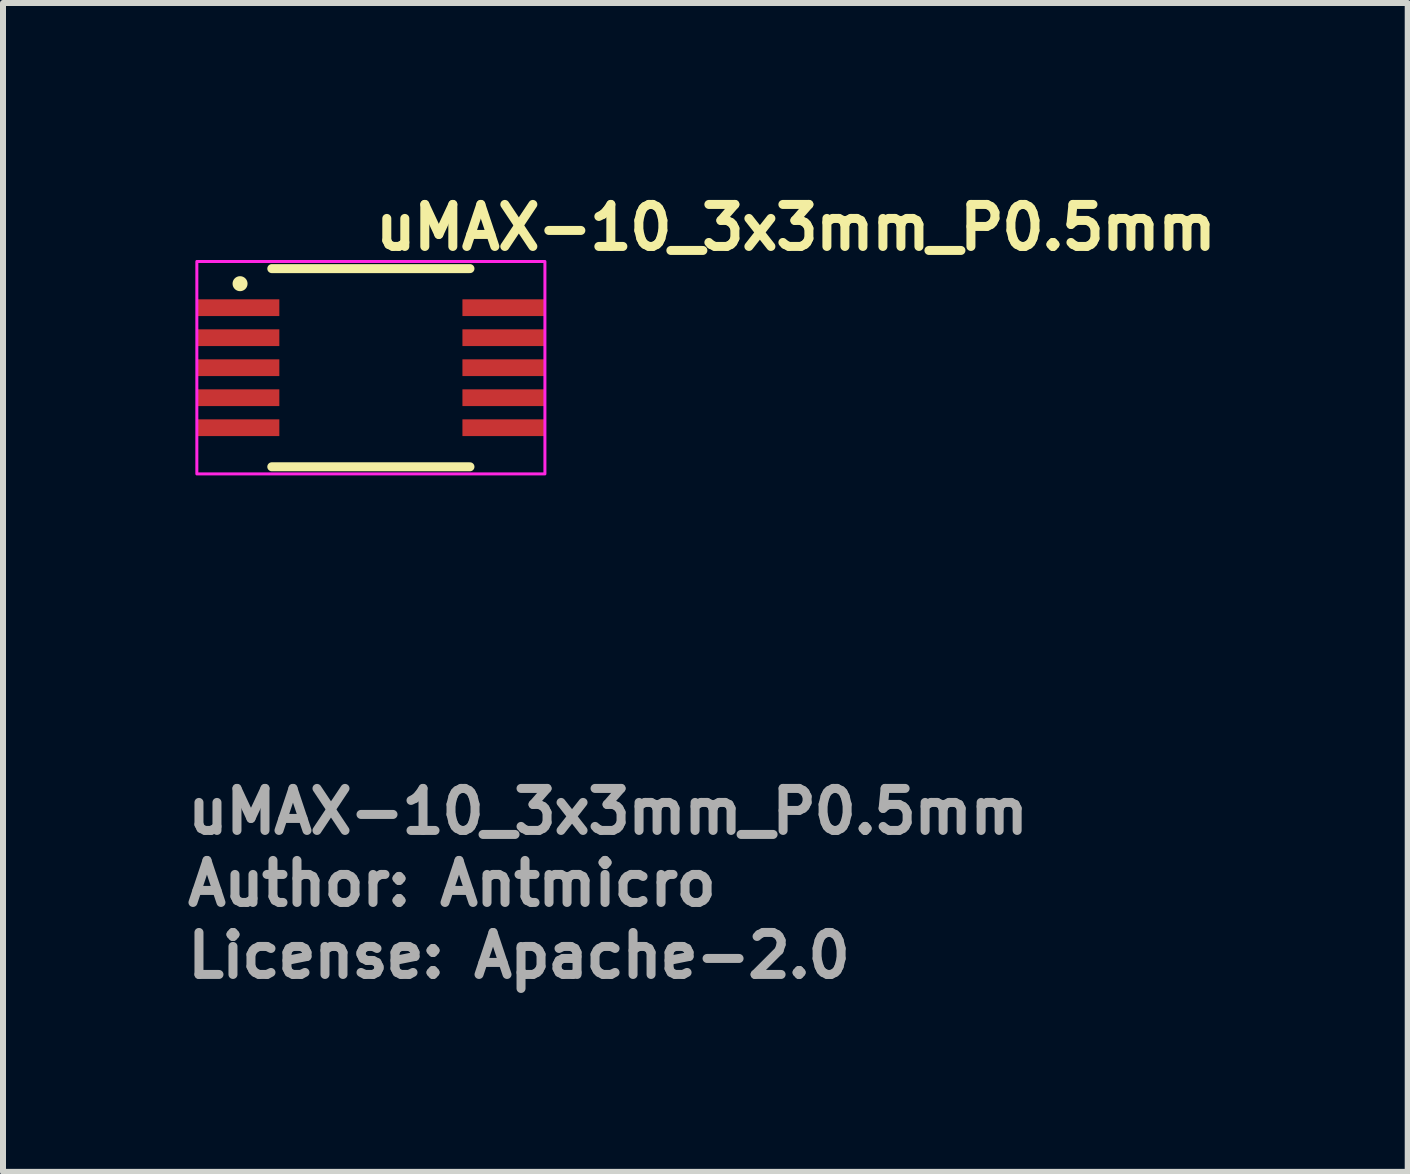
<source format=kicad_pcb>
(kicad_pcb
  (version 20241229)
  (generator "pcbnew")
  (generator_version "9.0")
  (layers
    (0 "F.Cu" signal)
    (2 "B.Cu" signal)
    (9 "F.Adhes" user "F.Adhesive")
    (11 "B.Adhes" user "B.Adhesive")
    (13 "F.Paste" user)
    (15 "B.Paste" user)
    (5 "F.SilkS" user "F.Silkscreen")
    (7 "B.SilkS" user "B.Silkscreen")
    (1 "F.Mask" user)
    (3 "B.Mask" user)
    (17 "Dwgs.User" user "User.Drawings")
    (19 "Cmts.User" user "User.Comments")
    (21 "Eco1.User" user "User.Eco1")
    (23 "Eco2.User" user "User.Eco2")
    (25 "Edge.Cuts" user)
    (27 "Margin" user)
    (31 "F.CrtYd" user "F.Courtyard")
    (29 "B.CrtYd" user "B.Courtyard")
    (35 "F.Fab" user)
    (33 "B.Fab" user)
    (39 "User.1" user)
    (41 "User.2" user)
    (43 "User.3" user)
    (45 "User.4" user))
  (footprint "uMAX-10_3x3mm_P0.5mm"
    (layer "F.Cu")
    (at 3.13 3.077)
    (property "Reference" "uMAX-10_3x3mm_P0.5mm" (at 0 -1.927 0) (unlocked yes) (layer "F.SilkS") (effects (font (size 0.7 0.7) (thickness 0.15)) (justify left bottom)))
    (attr smd)
    (fp_line (start -1.651 -1.651) (end 1.651 -1.651) (stroke (width 0.15) (type solid)) (layer "F.SilkS"))
    (fp_line (start -1.651 1.651) (end 1.651 1.651) (stroke (width 0.15) (type solid)) (layer "F.SilkS"))
    (fp_circle (center -2.18 -1.4) (end -2.13 -1.4) (stroke (width 0.15) (type solid)) (fill yes) (layer "F.SilkS"))
    (fp_rect (start -2.9 -1.77) (end 2.9 1.77) (stroke (width 0.05) (type solid)) (fill no) (layer "F.CrtYd"))
    (fp_rect (start -2.527 -1.524) (end 2.527 1.524) (stroke (width 0.1) (type solid)) (fill no) (layer "User.5"))
    (fp_line (start -2.527 -1.14) (end -2.149 -1.14) (stroke (width 0.02) (type solid)) (layer "User.9"))
    (fp_line (start -2.527 -0.86) (end -2.527 -1.14) (stroke (width 0.02) (type solid)) (layer "User.9"))
    (fp_line (start -2.527 -0.64) (end -2.149 -0.64) (stroke (width 0.02) (type solid)) (layer "User.9"))
    (fp_line (start -2.527 -0.36) (end -2.527 -0.64) (stroke (width 0.02) (type solid)) (layer "User.9"))
    (fp_line (start -2.527 -0.14) (end -2.149 -0.14) (stroke (width 0.02) (type solid)) (layer "User.9"))
    (fp_line (start -2.527 0.14) (end -2.527 -0.14) (stroke (width 0.02) (type solid)) (layer "User.9"))
    (fp_line (start -2.527 0.36) (end -2.149 0.36) (stroke (width 0.02) (type solid)) (layer "User.9"))
    (fp_line (start -2.527 0.64) (end -2.527 0.36) (stroke (width 0.02) (type solid)) (layer "User.9"))
    (fp_line (start -2.527 0.86) (end -2.149 0.86) (stroke (width 0.02) (type solid)) (layer "User.9"))
    (fp_line (start -2.527 1.14) (end -2.527 0.86) (stroke (width 0.02) (type solid)) (layer "User.9"))
    (fp_line (start -2.149 -1.14) (end -2.072 -1.14) (stroke (width 0.02) (type solid)) (layer "User.9"))
    (fp_line (start -2.149 -0.86) (end -2.527 -0.86) (stroke (width 0.02) (type solid)) (layer "User.9"))
    (fp_line (start -2.149 -0.64) (end -2.072 -0.64) (stroke (width 0.02) (type solid)) (layer "User.9"))
    (fp_line (start -2.149 -0.36) (end -2.527 -0.36) (stroke (width 0.02) (type solid)) (layer "User.9"))
    (fp_line (start -2.149 -0.14) (end -2.072 -0.14) (stroke (width 0.02) (type solid)) (layer "User.9"))
    (fp_line (start -2.149 0.14) (end -2.527 0.14) (stroke (width 0.02) (type solid)) (layer "User.9"))
    (fp_line (start -2.149 0.36) (end -2.072 0.36) (stroke (width 0.02) (type solid)) (layer "User.9"))
    (fp_line (start -2.149 0.64) (end -2.527 0.64) (stroke (width 0.02) (type solid)) (layer "User.9"))
    (fp_line (start -2.149 0.86) (end -2.072 0.86) (stroke (width 0.02) (type solid)) (layer "User.9"))
    (fp_line (start -2.149 1.14) (end -2.527 1.14) (stroke (width 0.02) (type solid)) (layer "User.9"))
    (fp_line (start -2.072 -1.14) (end -2.055 -1.14) (stroke (width 0.02) (type solid)) (layer "User.9"))
    (fp_line (start -2.072 -0.86) (end -2.149 -0.86) (stroke (width 0.02) (type solid)) (layer "User.9"))
    (fp_line (start -2.072 -0.64) (end -2.055 -0.64) (stroke (width 0.02) (type solid)) (layer "User.9"))
    (fp_line (start -2.072 -0.36) (end -2.149 -0.36) (stroke (width 0.02) (type solid)) (layer "User.9"))
    (fp_line (start -2.072 -0.14) (end -2.055 -0.14) (stroke (width 0.02) (type solid)) (layer "User.9"))
    (fp_line (start -2.072 0.14) (end -2.149 0.14) (stroke (width 0.02) (type solid)) (layer "User.9"))
    (fp_line (start -2.072 0.36) (end -2.055 0.36) (stroke (width 0.02) (type solid)) (layer "User.9"))
    (fp_line (start -2.072 0.64) (end -2.149 0.64) (stroke (width 0.02) (type solid)) (layer "User.9"))
    (fp_line (start -2.072 0.86) (end -2.055 0.86) (stroke (width 0.02) (type solid)) (layer "User.9"))
    (fp_line (start -2.072 1.14) (end -2.149 1.14) (stroke (width 0.02) (type solid)) (layer "User.9"))
    (fp_line (start -2.056 -0.86) (end -2.073 -0.86) (stroke (width 0.02) (type solid)) (layer "User.9"))
    (fp_line (start -2.056 -0.36) (end -2.073 -0.36) (stroke (width 0.02) (type solid)) (layer "User.9"))
    (fp_line (start -2.056 0.14) (end -2.073 0.14) (stroke (width 0.02) (type solid)) (layer "User.9"))
    (fp_line (start -2.056 0.64) (end -2.073 0.64) (stroke (width 0.02) (type solid)) (layer "User.9"))
    (fp_line (start -2.056 1.14) (end -2.073 1.14) (stroke (width 0.02) (type solid)) (layer "User.9"))
    (fp_line (start -2.055 -1.14) (end -1.902 -1.14) (stroke (width 0.02) (type solid)) (layer "User.9"))
    (fp_line (start -2.055 -0.64) (end -1.902 -0.64) (stroke (width 0.02) (type solid)) (layer "User.9"))
    (fp_line (start -2.055 -0.14) (end -1.902 -0.14) (stroke (width 0.02) (type solid)) (layer "User.9"))
    (fp_line (start -2.055 0.36) (end -1.902 0.36) (stroke (width 0.02) (type solid)) (layer "User.9"))
    (fp_line (start -2.055 0.86) (end -1.902 0.86) (stroke (width 0.02) (type solid)) (layer "User.9"))
    (fp_line (start -1.902 -1.14) (end -1.524 -1.14) (stroke (width 0.02) (type solid)) (layer "User.9"))
    (fp_line (start -1.902 -0.86) (end -2.055 -0.86) (stroke (width 0.02) (type solid)) (layer "User.9"))
    (fp_line (start -1.902 -0.64) (end -1.524 -0.64) (stroke (width 0.02) (type solid)) (layer "User.9"))
    (fp_line (start -1.902 -0.36) (end -2.055 -0.36) (stroke (width 0.02) (type solid)) (layer "User.9"))
    (fp_line (start -1.902 -0.14) (end -1.524 -0.14) (stroke (width 0.02) (type solid)) (layer "User.9"))
    (fp_line (start -1.902 0.14) (end -2.055 0.14) (stroke (width 0.02) (type solid)) (layer "User.9"))
    (fp_line (start -1.902 0.36) (end -1.524 0.36) (stroke (width 0.02) (type solid)) (layer "User.9"))
    (fp_line (start -1.902 0.64) (end -2.055 0.64) (stroke (width 0.02) (type solid)) (layer "User.9"))
    (fp_line (start -1.902 0.86) (end -1.524 0.86) (stroke (width 0.02) (type solid)) (layer "User.9"))
    (fp_line (start -1.902 1.14) (end -2.055 1.14) (stroke (width 0.02) (type solid)) (layer "User.9"))
    (fp_line (start -1.524 -1.524) (end -1.524 1.524) (stroke (width 0.02) (type solid)) (layer "User.9"))
    (fp_line (start -1.524 -0.86) (end -1.902 -0.86) (stroke (width 0.02) (type solid)) (layer "User.9"))
    (fp_line (start -1.524 -0.36) (end -1.902 -0.36) (stroke (width 0.02) (type solid)) (layer "User.9"))
    (fp_line (start -1.524 0.14) (end -1.902 0.14) (stroke (width 0.02) (type solid)) (layer "User.9"))
    (fp_line (start -1.524 0.64) (end -1.902 0.64) (stroke (width 0.02) (type solid)) (layer "User.9"))
    (fp_line (start -1.524 1.14) (end -1.902 1.14) (stroke (width 0.02) (type solid)) (layer "User.9"))
    (fp_line (start -1.524 1.524) (end 1.524 1.524) (stroke (width 0.02) (type solid)) (layer "User.9"))
    (fp_line (start -1.118 -1.008) (end -1.118 -1.004) (stroke (width 0.02) (type solid)) (layer "User.9"))
    (fp_line (start -1.118 -1.004) (end -1.118 -1) (stroke (width 0.02) (type solid)) (layer "User.9"))
    (fp_line (start -1.118 -1) (end -1.118 -1) (stroke (width 0.02) (type solid)) (layer "User.9"))
    (fp_line (start -1.118 -1) (end -1.118 -0.996) (stroke (width 0.02) (type solid)) (layer "User.9"))
    (fp_line (start -1.118 -0.996) (end -1.118 -0.992) (stroke (width 0.02) (type solid)) (layer "User.9"))
    (fp_line (start -1.118 -0.992) (end -1.117 -0.988) (stroke (width 0.02) (type solid)) (layer "User.9"))
    (fp_line (start -1.117 -1.015) (end -1.117 -1.012) (stroke (width 0.02) (type solid)) (layer "User.9"))
    (fp_line (start -1.117 -1.012) (end -1.118 -1.008) (stroke (width 0.02) (type solid)) (layer "User.9"))
    (fp_line (start -1.117 -0.988) (end -1.117 -0.985) (stroke (width 0.02) (type solid)) (layer "User.9"))
    (fp_line (start -1.117 -0.985) (end -1.116 -0.981) (stroke (width 0.02) (type solid)) (layer "User.9"))
    (fp_line (start -1.116 -1.019) (end -1.117 -1.015) (stroke (width 0.02) (type solid)) (layer "User.9"))
    (fp_line (start -1.116 -0.981) (end -1.115 -0.977) (stroke (width 0.02) (type solid)) (layer "User.9"))
    (fp_line (start -1.115 -1.023) (end -1.116 -1.019) (stroke (width 0.02) (type solid)) (layer "User.9"))
    (fp_line (start -1.115 -0.977) (end -1.114 -0.974) (stroke (width 0.02) (type solid)) (layer "User.9"))
    (fp_line (start -1.114 -1.026) (end -1.115 -1.023) (stroke (width 0.02) (type solid)) (layer "User.9"))
    (fp_line (start -1.114 -0.974) (end -1.112 -0.97) (stroke (width 0.02) (type solid)) (layer "User.9"))
    (fp_line (start -1.112 -1.03) (end -1.114 -1.026) (stroke (width 0.02) (type solid)) (layer "User.9"))
    (fp_line (start -1.112 -0.97) (end -1.111 -0.967) (stroke (width 0.02) (type solid)) (layer "User.9"))
    (fp_line (start -1.111 -1.033) (end -1.112 -1.03) (stroke (width 0.02) (type solid)) (layer "User.9"))
    (fp_line (start -1.111 -0.967) (end -1.109 -0.964) (stroke (width 0.02) (type solid)) (layer "User.9"))
    (fp_line (start -1.109 -1.036) (end -1.111 -1.033) (stroke (width 0.02) (type solid)) (layer "User.9"))
    (fp_line (start -1.109 -0.964) (end -1.107 -0.96) (stroke (width 0.02) (type solid)) (layer "User.9"))
    (fp_line (start -1.107 -1.04) (end -1.109 -1.036) (stroke (width 0.02) (type solid)) (layer "User.9"))
    (fp_line (start -1.107 -0.96) (end -1.105 -0.957) (stroke (width 0.02) (type solid)) (layer "User.9"))
    (fp_line (start -1.105 -1.043) (end -1.107 -1.04) (stroke (width 0.02) (type solid)) (layer "User.9"))
    (fp_line (start -1.105 -0.957) (end -1.103 -0.954) (stroke (width 0.02) (type solid)) (layer "User.9"))
    (fp_line (start -1.103 -1.046) (end -1.105 -1.043) (stroke (width 0.02) (type solid)) (layer "User.9"))
    (fp_line (start -1.103 -0.954) (end -1.101 -0.952) (stroke (width 0.02) (type solid)) (layer "User.9"))
    (fp_line (start -1.101 -1.048) (end -1.103 -1.046) (stroke (width 0.02) (type solid)) (layer "User.9"))
    (fp_line (start -1.101 -0.952) (end -1.098 -0.949) (stroke (width 0.02) (type solid)) (layer "User.9"))
    (fp_line (start -1.098 -1.051) (end -1.101 -1.048) (stroke (width 0.02) (type solid)) (layer "User.9"))
    (fp_line (start -1.098 -0.949) (end -1.096 -0.946) (stroke (width 0.02) (type solid)) (layer "User.9"))
    (fp_line (start -1.096 -1.054) (end -1.098 -1.051) (stroke (width 0.02) (type solid)) (layer "User.9"))
    (fp_line (start -1.096 -0.946) (end -1.093 -0.944) (stroke (width 0.02) (type solid)) (layer "User.9"))
    (fp_line (start -1.093 -1.056) (end -1.096 -1.054) (stroke (width 0.02) (type solid)) (layer "User.9"))
    (fp_line (start -1.093 -0.944) (end -1.09 -0.941) (stroke (width 0.02) (type solid)) (layer "User.9"))
    (fp_line (start -1.09 -1.059) (end -1.093 -1.056) (stroke (width 0.02) (type solid)) (layer "User.9"))
    (fp_line (start -1.09 -0.941) (end -1.088 -0.939) (stroke (width 0.02) (type solid)) (layer "User.9"))
    (fp_line (start -1.088 -1.061) (end -1.09 -1.059) (stroke (width 0.02) (type solid)) (layer "User.9"))
    (fp_line (start -1.088 -0.939) (end -1.085 -0.937) (stroke (width 0.02) (type solid)) (layer "User.9"))
    (fp_line (start -1.085 -1.063) (end -1.088 -1.061) (stroke (width 0.02) (type solid)) (layer "User.9"))
    (fp_line (start -1.085 -0.937) (end -1.082 -0.935) (stroke (width 0.02) (type solid)) (layer "User.9"))
    (fp_line (start -1.082 -1.065) (end -1.085 -1.063) (stroke (width 0.02) (type solid)) (layer "User.9"))
    (fp_line (start -1.082 -0.935) (end -1.078 -0.933) (stroke (width 0.02) (type solid)) (layer "User.9"))
    (fp_line (start -1.078 -1.067) (end -1.082 -1.065) (stroke (width 0.02) (type solid)) (layer "User.9"))
    (fp_line (start -1.078 -0.933) (end -1.075 -0.931) (stroke (width 0.02) (type solid)) (layer "User.9"))
    (fp_line (start -1.075 -1.069) (end -1.078 -1.067) (stroke (width 0.02) (type solid)) (layer "User.9"))
    (fp_line (start -1.075 -0.931) (end -1.072 -0.93) (stroke (width 0.02) (type solid)) (layer "User.9"))
    (fp_line (start -1.072 -1.07) (end -1.075 -1.069) (stroke (width 0.02) (type solid)) (layer "User.9"))
    (fp_line (start -1.072 -0.93) (end -1.068 -0.928) (stroke (width 0.02) (type solid)) (layer "User.9"))
    (fp_line (start -1.068 -1.072) (end -1.072 -1.07) (stroke (width 0.02) (type solid)) (layer "User.9"))
    (fp_line (start -1.068 -0.928) (end -1.065 -0.927) (stroke (width 0.02) (type solid)) (layer "User.9"))
    (fp_line (start -1.065 -1.073) (end -1.068 -1.072) (stroke (width 0.02) (type solid)) (layer "User.9"))
    (fp_line (start -1.065 -0.927) (end -1.061 -0.926) (stroke (width 0.02) (type solid)) (layer "User.9"))
    (fp_line (start -1.061 -1.074) (end -1.065 -1.073) (stroke (width 0.02) (type solid)) (layer "User.9"))
    (fp_line (start -1.061 -0.926) (end -1.057 -0.925) (stroke (width 0.02) (type solid)) (layer "User.9"))
    (fp_line (start -1.057 -1.075) (end -1.061 -1.074) (stroke (width 0.02) (type solid)) (layer "User.9"))
    (fp_line (start -1.057 -0.925) (end -1.054 -0.925) (stroke (width 0.02) (type solid)) (layer "User.9"))
    (fp_line (start -1.054 -1.075) (end -1.057 -1.075) (stroke (width 0.02) (type solid)) (layer "User.9"))
    (fp_line (start -1.054 -0.925) (end -1.05 -0.924) (stroke (width 0.02) (type solid)) (layer "User.9"))
    (fp_line (start -1.05 -1.076) (end -1.054 -1.075) (stroke (width 0.02) (type solid)) (layer "User.9"))
    (fp_line (start -1.05 -0.924) (end -1.046 -0.924) (stroke (width 0.02) (type solid)) (layer "User.9"))
    (fp_line (start -1.046 -1.076) (end -1.05 -1.076) (stroke (width 0.02) (type solid)) (layer "User.9"))
    (fp_line (start -1.046 -0.924) (end -1.042 -0.924) (stroke (width 0.02) (type solid)) (layer "User.9"))
    (fp_line (start -1.042 -1.076) (end -1.046 -1.076) (stroke (width 0.02) (type solid)) (layer "User.9"))
    (fp_line (start -1.042 -1.076) (end -1.042 -1.076) (stroke (width 0.02) (type solid)) (layer "User.9"))
    (fp_line (start -1.042 -0.924) (end -1.042 -0.924) (stroke (width 0.02) (type solid)) (layer "User.9"))
    (fp_line (start -1.042 -0.924) (end -1.038 -0.924) (stroke (width 0.02) (type solid)) (layer "User.9"))
    (fp_line (start -1.038 -1.076) (end -1.042 -1.076) (stroke (width 0.02) (type solid)) (layer "User.9"))
    (fp_line (start -1.038 -0.924) (end -1.034 -0.924) (stroke (width 0.02) (type solid)) (layer "User.9"))
    (fp_line (start -1.034 -1.076) (end -1.038 -1.076) (stroke (width 0.02) (type solid)) (layer "User.9"))
    (fp_line (start -1.034 -0.924) (end -1.03 -0.925) (stroke (width 0.02) (type solid)) (layer "User.9"))
    (fp_line (start -1.03 -1.075) (end -1.034 -1.076) (stroke (width 0.02) (type solid)) (layer "User.9"))
    (fp_line (start -1.03 -0.925) (end -1.027 -0.925) (stroke (width 0.02) (type solid)) (layer "User.9"))
    (fp_line (start -1.027 -1.075) (end -1.03 -1.075) (stroke (width 0.02) (type solid)) (layer "User.9"))
    (fp_line (start -1.027 -0.925) (end -1.023 -0.926) (stroke (width 0.02) (type solid)) (layer "User.9"))
    (fp_line (start -1.023 -1.074) (end -1.027 -1.075) (stroke (width 0.02) (type solid)) (layer "User.9"))
    (fp_line (start -1.023 -0.926) (end -1.019 -0.927) (stroke (width 0.02) (type solid)) (layer "User.9"))
    (fp_line (start -1.019 -1.073) (end -1.023 -1.074) (stroke (width 0.02) (type solid)) (layer "User.9"))
    (fp_line (start -1.019 -0.927) (end -1.016 -0.928) (stroke (width 0.02) (type solid)) (layer "User.9"))
    (fp_line (start -1.016 -1.072) (end -1.019 -1.073) (stroke (width 0.02) (type solid)) (layer "User.9"))
    (fp_line (start -1.016 -0.928) (end -1.012 -0.93) (stroke (width 0.02) (type solid)) (layer "User.9"))
    (fp_line (start -1.012 -1.07) (end -1.016 -1.072) (stroke (width 0.02) (type solid)) (layer "User.9"))
    (fp_line (start -1.012 -0.93) (end -1.009 -0.931) (stroke (width 0.02) (type solid)) (layer "User.9"))
    (fp_line (start -1.009 -1.069) (end -1.012 -1.07) (stroke (width 0.02) (type solid)) (layer "User.9"))
    (fp_line (start -1.009 -0.931) (end -1.006 -0.933) (stroke (width 0.02) (type solid)) (layer "User.9"))
    (fp_line (start -1.006 -1.067) (end -1.009 -1.069) (stroke (width 0.02) (type solid)) (layer "User.9"))
    (fp_line (start -1.006 -0.933) (end -1.002 -0.935) (stroke (width 0.02) (type solid)) (layer "User.9"))
    (fp_line (start -1.002 -1.065) (end -1.006 -1.067) (stroke (width 0.02) (type solid)) (layer "User.9"))
    (fp_line (start -1.002 -0.935) (end -0.999 -0.937) (stroke (width 0.02) (type solid)) (layer "User.9"))
    (fp_line (start -0.999 -1.063) (end -1.002 -1.065) (stroke (width 0.02) (type solid)) (layer "User.9"))
    (fp_line (start -0.999 -0.937) (end -0.996 -0.939) (stroke (width 0.02) (type solid)) (layer "User.9"))
    (fp_line (start -0.996 -1.061) (end -0.999 -1.063) (stroke (width 0.02) (type solid)) (layer "User.9"))
    (fp_line (start -0.996 -0.939) (end -0.994 -0.941) (stroke (width 0.02) (type solid)) (layer "User.9"))
    (fp_line (start -0.994 -1.059) (end -0.996 -1.061) (stroke (width 0.02) (type solid)) (layer "User.9"))
    (fp_line (start -0.994 -0.941) (end -0.991 -0.944) (stroke (width 0.02) (type solid)) (layer "User.9"))
    (fp_line (start -0.991 -1.056) (end -0.994 -1.059) (stroke (width 0.02) (type solid)) (layer "User.9"))
    (fp_line (start -0.991 -0.944) (end -0.988 -0.946) (stroke (width 0.02) (type solid)) (layer "User.9"))
    (fp_line (start -0.988 -1.054) (end -0.991 -1.056) (stroke (width 0.02) (type solid)) (layer "User.9"))
    (fp_line (start -0.988 -0.946) (end -0.986 -0.949) (stroke (width 0.02) (type solid)) (layer "User.9"))
    (fp_line (start -0.986 -1.051) (end -0.988 -1.054) (stroke (width 0.02) (type solid)) (layer "User.9"))
    (fp_line (start -0.986 -0.949) (end -0.983 -0.952) (stroke (width 0.02) (type solid)) (layer "User.9"))
    (fp_line (start -0.983 -1.048) (end -0.986 -1.051) (stroke (width 0.02) (type solid)) (layer "User.9"))
    (fp_line (start -0.983 -0.952) (end -0.981 -0.954) (stroke (width 0.02) (type solid)) (layer "User.9"))
    (fp_line (start -0.981 -1.046) (end -0.983 -1.048) (stroke (width 0.02) (type solid)) (layer "User.9"))
    (fp_line (start -0.981 -0.954) (end -0.979 -0.957) (stroke (width 0.02) (type solid)) (layer "User.9"))
    (fp_line (start -0.979 -1.043) (end -0.981 -1.046) (stroke (width 0.02) (type solid)) (layer "User.9"))
    (fp_line (start -0.979 -0.957) (end -0.977 -0.96) (stroke (width 0.02) (type solid)) (layer "User.9"))
    (fp_line (start -0.977 -1.04) (end -0.979 -1.043) (stroke (width 0.02) (type solid)) (layer "User.9"))
    (fp_line (start -0.977 -0.96) (end -0.975 -0.964) (stroke (width 0.02) (type solid)) (layer "User.9"))
    (fp_line (start -0.975 -1.036) (end -0.977 -1.04) (stroke (width 0.02) (type solid)) (layer "User.9"))
    (fp_line (start -0.975 -0.964) (end -0.973 -0.967) (stroke (width 0.02) (type solid)) (layer "User.9"))
    (fp_line (start -0.973 -1.033) (end -0.975 -1.036) (stroke (width 0.02) (type solid)) (layer "User.9"))
    (fp_line (start -0.973 -0.967) (end -0.972 -0.97) (stroke (width 0.02) (type solid)) (layer "User.9"))
    (fp_line (start -0.972 -1.03) (end -0.973 -1.033) (stroke (width 0.02) (type solid)) (layer "User.9"))
    (fp_line (start -0.972 -0.97) (end -0.97 -0.974) (stroke (width 0.02) (type solid)) (layer "User.9"))
    (fp_line (start -0.97 -1.026) (end -0.972 -1.03) (stroke (width 0.02) (type solid)) (layer "User.9"))
    (fp_line (start -0.97 -0.974) (end -0.969 -0.977) (stroke (width 0.02) (type solid)) (layer "User.9"))
    (fp_line (start -0.969 -1.023) (end -0.97 -1.026) (stroke (width 0.02) (type solid)) (layer "User.9"))
    (fp_line (start -0.969 -0.977) (end -0.968 -0.981) (stroke (width 0.02) (type solid)) (layer "User.9"))
    (fp_line (start -0.968 -1.019) (end -0.969 -1.023) (stroke (width 0.02) (type solid)) (layer "User.9"))
    (fp_line (start -0.968 -0.981) (end -0.967 -0.985) (stroke (width 0.02) (type solid)) (layer "User.9"))
    (fp_line (start -0.967 -1.015) (end -0.968 -1.019) (stroke (width 0.02) (type solid)) (layer "User.9"))
    (fp_line (start -0.967 -1.012) (end -0.967 -1.015) (stroke (width 0.02) (type solid)) (layer "User.9"))
    (fp_line (start -0.967 -0.988) (end -0.966 -0.992) (stroke (width 0.02) (type solid)) (layer "User.9"))
    (fp_line (start -0.967 -0.985) (end -0.967 -0.988) (stroke (width 0.02) (type solid)) (layer "User.9"))
    (fp_line (start -0.966 -1.008) (end -0.967 -1.012) (stroke (width 0.02) (type solid)) (layer "User.9"))
    (fp_line (start -0.966 -1.004) (end -0.966 -1.008) (stroke (width 0.02) (type solid)) (layer "User.9"))
    (fp_line (start -0.966 -1) (end -0.966 -1.004) (stroke (width 0.02) (type solid)) (layer "User.9"))
    (fp_line (start -0.966 -1) (end -0.966 -1) (stroke (width 0.02) (type solid)) (layer "User.9"))
    (fp_line (start -0.966 -1) (end -0.966 -1) (stroke (width 0.02) (type solid)) (layer "User.9"))
    (fp_line (start -0.966 -0.996) (end -0.966 -1) (stroke (width 0.02) (type solid)) (layer "User.9"))
    (fp_line (start -0.966 -0.992) (end -0.966 -0.996) (stroke (width 0.02) (type solid)) (layer "User.9"))
    (fp_line (start 1.524 -1.524) (end -1.524 -1.524) (stroke (width 0.02) (type solid)) (layer "User.9"))
    (fp_line (start 1.524 -1.14) (end 1.902 -1.14) (stroke (width 0.02) (type solid)) (layer "User.9"))
    (fp_line (start 1.524 -0.64) (end 1.902 -0.64) (stroke (width 0.02) (type solid)) (layer "User.9"))
    (fp_line (start 1.524 -0.14) (end 1.902 -0.14) (stroke (width 0.02) (type solid)) (layer "User.9"))
    (fp_line (start 1.524 0.36) (end 1.902 0.36) (stroke (width 0.02) (type solid)) (layer "User.9"))
    (fp_line (start 1.524 0.86) (end 1.902 0.86) (stroke (width 0.02) (type solid)) (layer "User.9"))
    (fp_line (start 1.524 1.524) (end 1.524 -1.524) (stroke (width 0.02) (type solid)) (layer "User.9"))
    (fp_line (start 1.902 -1.14) (end 2.055 -1.14) (stroke (width 0.02) (type solid)) (layer "User.9"))
    (fp_line (start 1.902 -0.86) (end 1.524 -0.86) (stroke (width 0.02) (type solid)) (layer "User.9"))
    (fp_line (start 1.902 -0.64) (end 2.055 -0.64) (stroke (width 0.02) (type solid)) (layer "User.9"))
    (fp_line (start 1.902 -0.36) (end 1.524 -0.36) (stroke (width 0.02) (type solid)) (layer "User.9"))
    (fp_line (start 1.902 -0.14) (end 2.055 -0.14) (stroke (width 0.02) (type solid)) (layer "User.9"))
    (fp_line (start 1.902 0.14) (end 1.524 0.14) (stroke (width 0.02) (type solid)) (layer "User.9"))
    (fp_line (start 1.902 0.36) (end 2.055 0.36) (stroke (width 0.02) (type solid)) (layer "User.9"))
    (fp_line (start 1.902 0.64) (end 1.524 0.64) (stroke (width 0.02) (type solid)) (layer "User.9"))
    (fp_line (start 1.902 0.86) (end 2.055 0.86) (stroke (width 0.02) (type solid)) (layer "User.9"))
    (fp_line (start 1.902 1.14) (end 1.524 1.14) (stroke (width 0.02) (type solid)) (layer "User.9"))
    (fp_line (start 2.055 -0.86) (end 1.902 -0.86) (stroke (width 0.02) (type solid)) (layer "User.9"))
    (fp_line (start 2.055 -0.36) (end 1.902 -0.36) (stroke (width 0.02) (type solid)) (layer "User.9"))
    (fp_line (start 2.055 0.14) (end 1.902 0.14) (stroke (width 0.02) (type solid)) (layer "User.9"))
    (fp_line (start 2.055 0.64) (end 1.902 0.64) (stroke (width 0.02) (type solid)) (layer "User.9"))
    (fp_line (start 2.055 1.14) (end 1.902 1.14) (stroke (width 0.02) (type solid)) (layer "User.9"))
    (fp_line (start 2.056 -1.14) (end 2.073 -1.14) (stroke (width 0.02) (type solid)) (layer "User.9"))
    (fp_line (start 2.056 -0.64) (end 2.073 -0.64) (stroke (width 0.02) (type solid)) (layer "User.9"))
    (fp_line (start 2.056 -0.14) (end 2.073 -0.14) (stroke (width 0.02) (type solid)) (layer "User.9"))
    (fp_line (start 2.056 0.36) (end 2.073 0.36) (stroke (width 0.02) (type solid)) (layer "User.9"))
    (fp_line (start 2.056 0.86) (end 2.073 0.86) (stroke (width 0.02) (type solid)) (layer "User.9"))
    (fp_line (start 2.072 -1.14) (end 2.149 -1.14) (stroke (width 0.02) (type solid)) (layer "User.9"))
    (fp_line (start 2.072 -0.86) (end 2.055 -0.86) (stroke (width 0.02) (type solid)) (layer "User.9"))
    (fp_line (start 2.072 -0.64) (end 2.149 -0.64) (stroke (width 0.02) (type solid)) (layer "User.9"))
    (fp_line (start 2.072 -0.36) (end 2.055 -0.36) (stroke (width 0.02) (type solid)) (layer "User.9"))
    (fp_line (start 2.072 -0.14) (end 2.149 -0.14) (stroke (width 0.02) (type solid)) (layer "User.9"))
    (fp_line (start 2.072 0.14) (end 2.055 0.14) (stroke (width 0.02) (type solid)) (layer "User.9"))
    (fp_line (start 2.072 0.36) (end 2.149 0.36) (stroke (width 0.02) (type solid)) (layer "User.9"))
    (fp_line (start 2.072 0.64) (end 2.055 0.64) (stroke (width 0.02) (type solid)) (layer "User.9"))
    (fp_line (start 2.072 0.86) (end 2.149 0.86) (stroke (width 0.02) (type solid)) (layer "User.9"))
    (fp_line (start 2.072 1.14) (end 2.055 1.14) (stroke (width 0.02) (type solid)) (layer "User.9"))
    (fp_line (start 2.149 -1.14) (end 2.527 -1.14) (stroke (width 0.02) (type solid)) (layer "User.9"))
    (fp_line (start 2.149 -0.86) (end 2.072 -0.86) (stroke (width 0.02) (type solid)) (layer "User.9"))
    (fp_line (start 2.149 -0.64) (end 2.527 -0.64) (stroke (width 0.02) (type solid)) (layer "User.9"))
    (fp_line (start 2.149 -0.36) (end 2.072 -0.36) (stroke (width 0.02) (type solid)) (layer "User.9"))
    (fp_line (start 2.149 -0.14) (end 2.527 -0.14) (stroke (width 0.02) (type solid)) (layer "User.9"))
    (fp_line (start 2.149 0.14) (end 2.072 0.14) (stroke (width 0.02) (type solid)) (layer "User.9"))
    (fp_line (start 2.149 0.36) (end 2.527 0.36) (stroke (width 0.02) (type solid)) (layer "User.9"))
    (fp_line (start 2.149 0.64) (end 2.072 0.64) (stroke (width 0.02) (type solid)) (layer "User.9"))
    (fp_line (start 2.149 0.86) (end 2.527 0.86) (stroke (width 0.02) (type solid)) (layer "User.9"))
    (fp_line (start 2.149 1.14) (end 2.072 1.14) (stroke (width 0.02) (type solid)) (layer "User.9"))
    (fp_line (start 2.527 -1.14) (end 2.527 -0.86) (stroke (width 0.02) (type solid)) (layer "User.9"))
    (fp_line (start 2.527 -0.86) (end 2.149 -0.86) (stroke (width 0.02) (type solid)) (layer "User.9"))
    (fp_line (start 2.527 -0.64) (end 2.527 -0.36) (stroke (width 0.02) (type solid)) (layer "User.9"))
    (fp_line (start 2.527 -0.36) (end 2.149 -0.36) (stroke (width 0.02) (type solid)) (layer "User.9"))
    (fp_line (start 2.527 -0.14) (end 2.527 0.14) (stroke (width 0.02) (type solid)) (layer "User.9"))
    (fp_line (start 2.527 0.14) (end 2.149 0.14) (stroke (width 0.02) (type solid)) (layer "User.9"))
    (fp_line (start 2.527 0.36) (end 2.527 0.64) (stroke (width 0.02) (type solid)) (layer "User.9"))
    (fp_line (start 2.527 0.64) (end 2.149 0.64) (stroke (width 0.02) (type solid)) (layer "User.9"))
    (fp_line (start 2.527 0.86) (end 2.527 1.14) (stroke (width 0.02) (type solid)) (layer "User.9"))
    (fp_line (start 2.527 1.14) (end 2.149 1.14) (stroke (width 0.02) (type solid)) (layer "User.9"))
    (fp_text user "License: Apache-2.0" (at -3.13 10.204 0) (layer "F.Fab") (effects (font (size 0.7 0.7) (thickness 0.15)) (justify left bottom)))
    (fp_text user "Author: Antmicro" (at -3.13 9.004 0) (layer "F.Fab") (effects (font (size 0.7 0.7) (thickness 0.15)) (justify left bottom)))
    (fp_text user "${REFERENCE}" (at -3.13 7.804 0) (layer "F.Fab") (effects (font (size 0.7 0.7) (thickness 0.15)) (justify left bottom)))
    (pad "1" smd rect (at -2.205 -1) (size 1.359 0.279) (layers "F.Cu" "F.Mask" "F.Paste"))
    (pad "2" smd rect (at -2.205 -0.5) (size 1.359 0.279) (layers "F.Cu" "F.Mask" "F.Paste"))
    (pad "3" smd rect (at -2.205 0) (size 1.359 0.279) (layers "F.Cu" "F.Mask" "F.Paste"))
    (pad "4" smd rect (at -2.205 0.5) (size 1.359 0.279) (layers "F.Cu" "F.Mask" "F.Paste"))
    (pad "5" smd rect (at -2.205 1) (size 1.359 0.279) (layers "F.Cu" "F.Mask" "F.Paste"))
    (pad "6" smd rect (at 2.205 1) (size 1.359 0.279) (layers "F.Cu" "F.Mask" "F.Paste"))
    (pad "7" smd rect (at 2.205 0.5) (size 1.359 0.279) (layers "F.Cu" "F.Mask" "F.Paste"))
    (pad "8" smd rect (at 2.205 0) (size 1.359 0.279) (layers "F.Cu" "F.Mask" "F.Paste"))
    (pad "9" smd rect (at 2.205 -0.5) (size 1.359 0.279) (layers "F.Cu" "F.Mask" "F.Paste"))
    (pad "10" smd rect (at 2.205 -1) (size 1.359 0.279) (layers "F.Cu" "F.Mask" "F.Paste")))
  (gr_rect
    (start -3 -3)
    (end 20.407 16.477)
    (stroke (width 0.1) (type default))
    (fill no)
    (layer "Edge.Cuts")))
</source>
